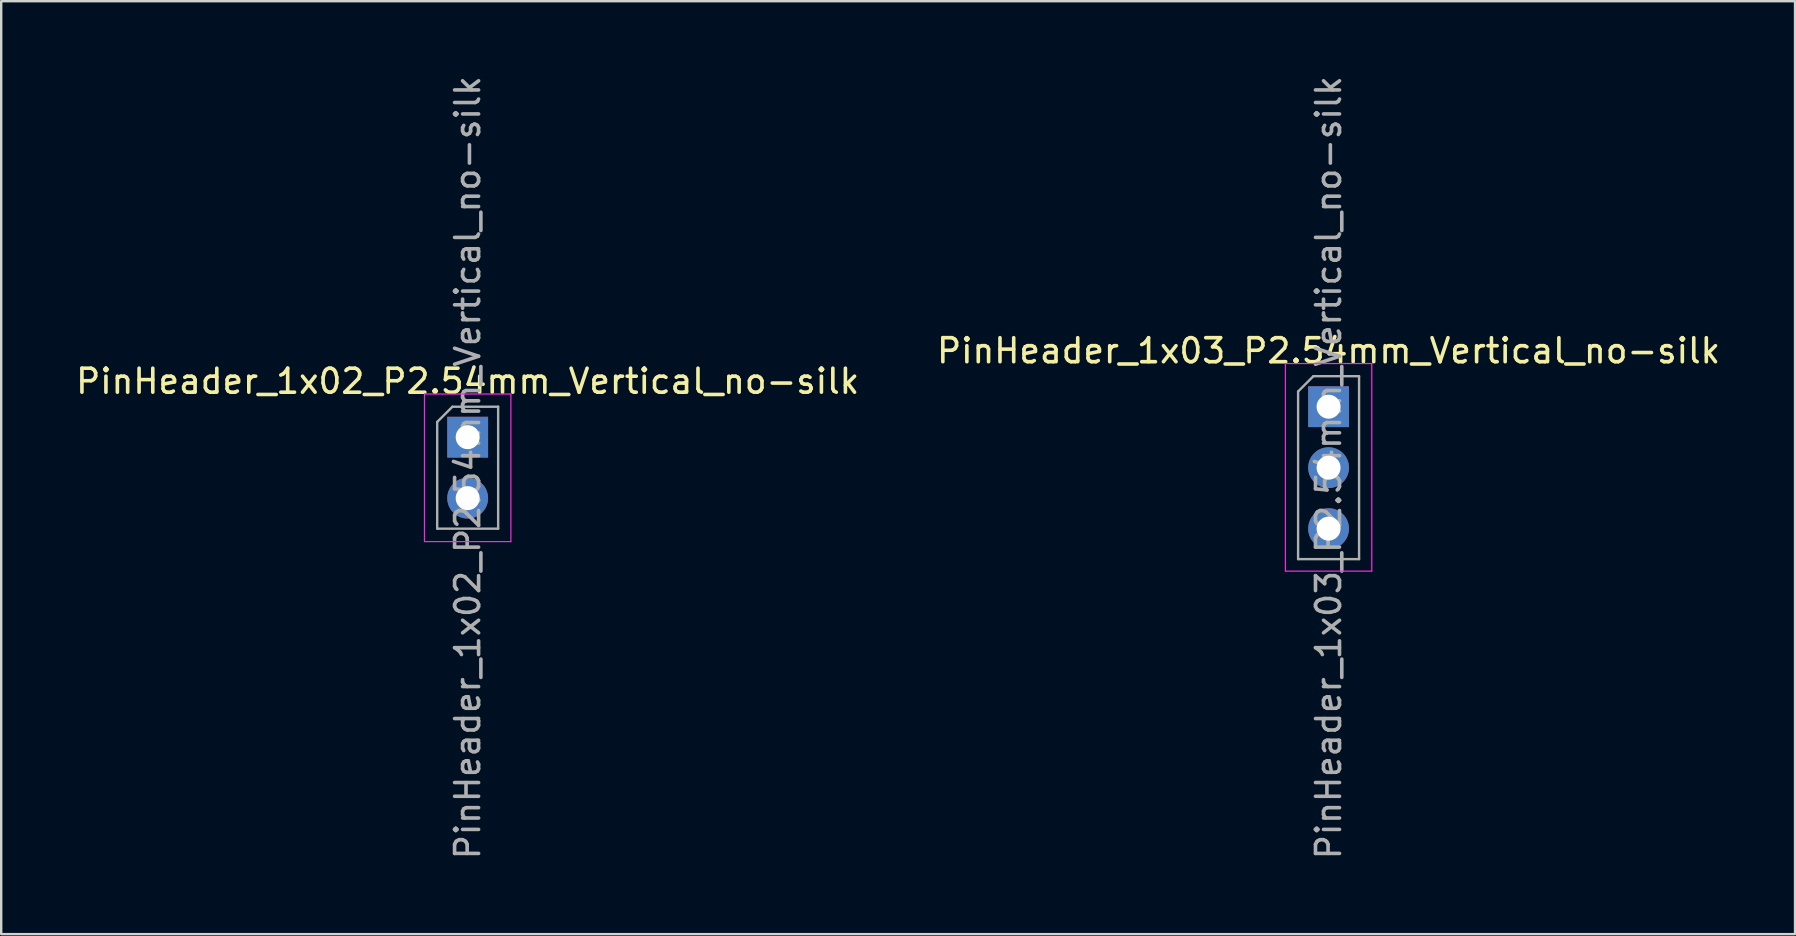
<source format=kicad_pcb>
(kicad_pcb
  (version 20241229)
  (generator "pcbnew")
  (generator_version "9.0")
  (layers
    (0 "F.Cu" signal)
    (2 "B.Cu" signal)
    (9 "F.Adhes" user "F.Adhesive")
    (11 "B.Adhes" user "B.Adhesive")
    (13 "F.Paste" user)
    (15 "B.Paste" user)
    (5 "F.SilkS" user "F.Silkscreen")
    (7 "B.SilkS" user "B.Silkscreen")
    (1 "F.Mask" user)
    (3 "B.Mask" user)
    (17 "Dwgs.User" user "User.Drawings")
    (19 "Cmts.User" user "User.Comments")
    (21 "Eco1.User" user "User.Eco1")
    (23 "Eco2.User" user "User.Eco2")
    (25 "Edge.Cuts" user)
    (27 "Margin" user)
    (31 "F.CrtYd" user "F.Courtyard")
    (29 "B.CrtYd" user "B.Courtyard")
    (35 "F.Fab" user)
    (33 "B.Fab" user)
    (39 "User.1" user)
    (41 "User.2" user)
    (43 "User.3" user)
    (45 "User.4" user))
  (footprint "PinHeader_1x03_P2.54mm_Vertical_no-silk"
    (layer "F.Cu")
    (at 52.304 13.895)
    (property "Reference" "PinHeader_1x03_P2.54mm_Vertical_no-silk" (at 0 -2.33 0) (layer "F.SilkS") (effects (font (size 1 1) (thickness 0.15))))
    (attr through_hole)
    (fp_line (start -1.8 -1.8) (end -1.8 6.85) (stroke (width 0.05) (type solid)) (layer "F.CrtYd"))
    (fp_line (start -1.8 6.85) (end 1.8 6.85) (stroke (width 0.05) (type solid)) (layer "F.CrtYd"))
    (fp_line (start 1.8 -1.8) (end -1.8 -1.8) (stroke (width 0.05) (type solid)) (layer "F.CrtYd"))
    (fp_line (start 1.8 6.85) (end 1.8 -1.8) (stroke (width 0.05) (type solid)) (layer "F.CrtYd"))
    (fp_line (start -1.27 -0.635) (end -0.635 -1.27) (stroke (width 0.1) (type solid)) (layer "F.Fab"))
    (fp_line (start -1.27 6.35) (end -1.27 -0.635) (stroke (width 0.1) (type solid)) (layer "F.Fab"))
    (fp_line (start -0.635 -1.27) (end 1.27 -1.27) (stroke (width 0.1) (type solid)) (layer "F.Fab"))
    (fp_line (start 1.27 -1.27) (end 1.27 6.35) (stroke (width 0.1) (type solid)) (layer "F.Fab"))
    (fp_line (start 1.27 6.35) (end -1.27 6.35) (stroke (width 0.1) (type solid)) (layer "F.Fab"))
    (fp_text user "${REFERENCE}" (at 0 2.54 270) (layer "F.Fab") (effects (font (size 1 1) (thickness 0.15))))
    (pad "1" thru_hole rect (at 0 0) (size 1.7 1.7) (drill 1) (layers "*.Cu" "*.Mask"))
    (pad "2" thru_hole oval (at 0 2.54) (size 1.7 1.7) (drill 1) (layers "*.Cu" "*.Mask"))
    (pad "3" thru_hole oval (at 0 5.08) (size 1.7 1.7) (drill 1) (layers "*.Cu" "*.Mask")))
  (footprint "PinHeader_1x02_P2.54mm_Vertical_no-silk"
    (layer "F.Cu")
    (at 16.435 15.165)
    (property "Reference" "PinHeader_1x02_P2.54mm_Vertical_no-silk" (at 0 -2.33 0) (layer "F.SilkS") (effects (font (size 1 1) (thickness 0.15))))
    (attr through_hole)
    (fp_line (start -1.8 -1.8) (end -1.8 4.35) (stroke (width 0.05) (type solid)) (layer "F.CrtYd"))
    (fp_line (start -1.8 4.35) (end 1.8 4.35) (stroke (width 0.05) (type solid)) (layer "F.CrtYd"))
    (fp_line (start 1.8 -1.8) (end -1.8 -1.8) (stroke (width 0.05) (type solid)) (layer "F.CrtYd"))
    (fp_line (start 1.8 4.35) (end 1.8 -1.8) (stroke (width 0.05) (type solid)) (layer "F.CrtYd"))
    (fp_line (start -1.27 -0.635) (end -0.635 -1.27) (stroke (width 0.1) (type solid)) (layer "F.Fab"))
    (fp_line (start -1.27 3.81) (end -1.27 -0.635) (stroke (width 0.1) (type solid)) (layer "F.Fab"))
    (fp_line (start -0.635 -1.27) (end 1.27 -1.27) (stroke (width 0.1) (type solid)) (layer "F.Fab"))
    (fp_line (start 1.27 -1.27) (end 1.27 3.81) (stroke (width 0.1) (type solid)) (layer "F.Fab"))
    (fp_line (start 1.27 3.81) (end -1.27 3.81) (stroke (width 0.1) (type solid)) (layer "F.Fab"))
    (fp_text user "${REFERENCE}" (at 0 1.27 90) (layer "F.Fab") (effects (font (size 1 1) (thickness 0.15))))
    (pad "1" thru_hole rect (at 0 0) (size 1.7 1.7) (drill 1) (layers "*.Cu" "*.Mask"))
    (pad "2" thru_hole oval (at 0 2.54) (size 1.7 1.7) (drill 1) (layers "*.Cu" "*.Mask")))
  (gr_rect
    (start -3 -3)
    (end 71.738 35.869)
    (stroke (width 0.1) (type default))
    (fill no)
    (layer "Edge.Cuts")))
</source>
